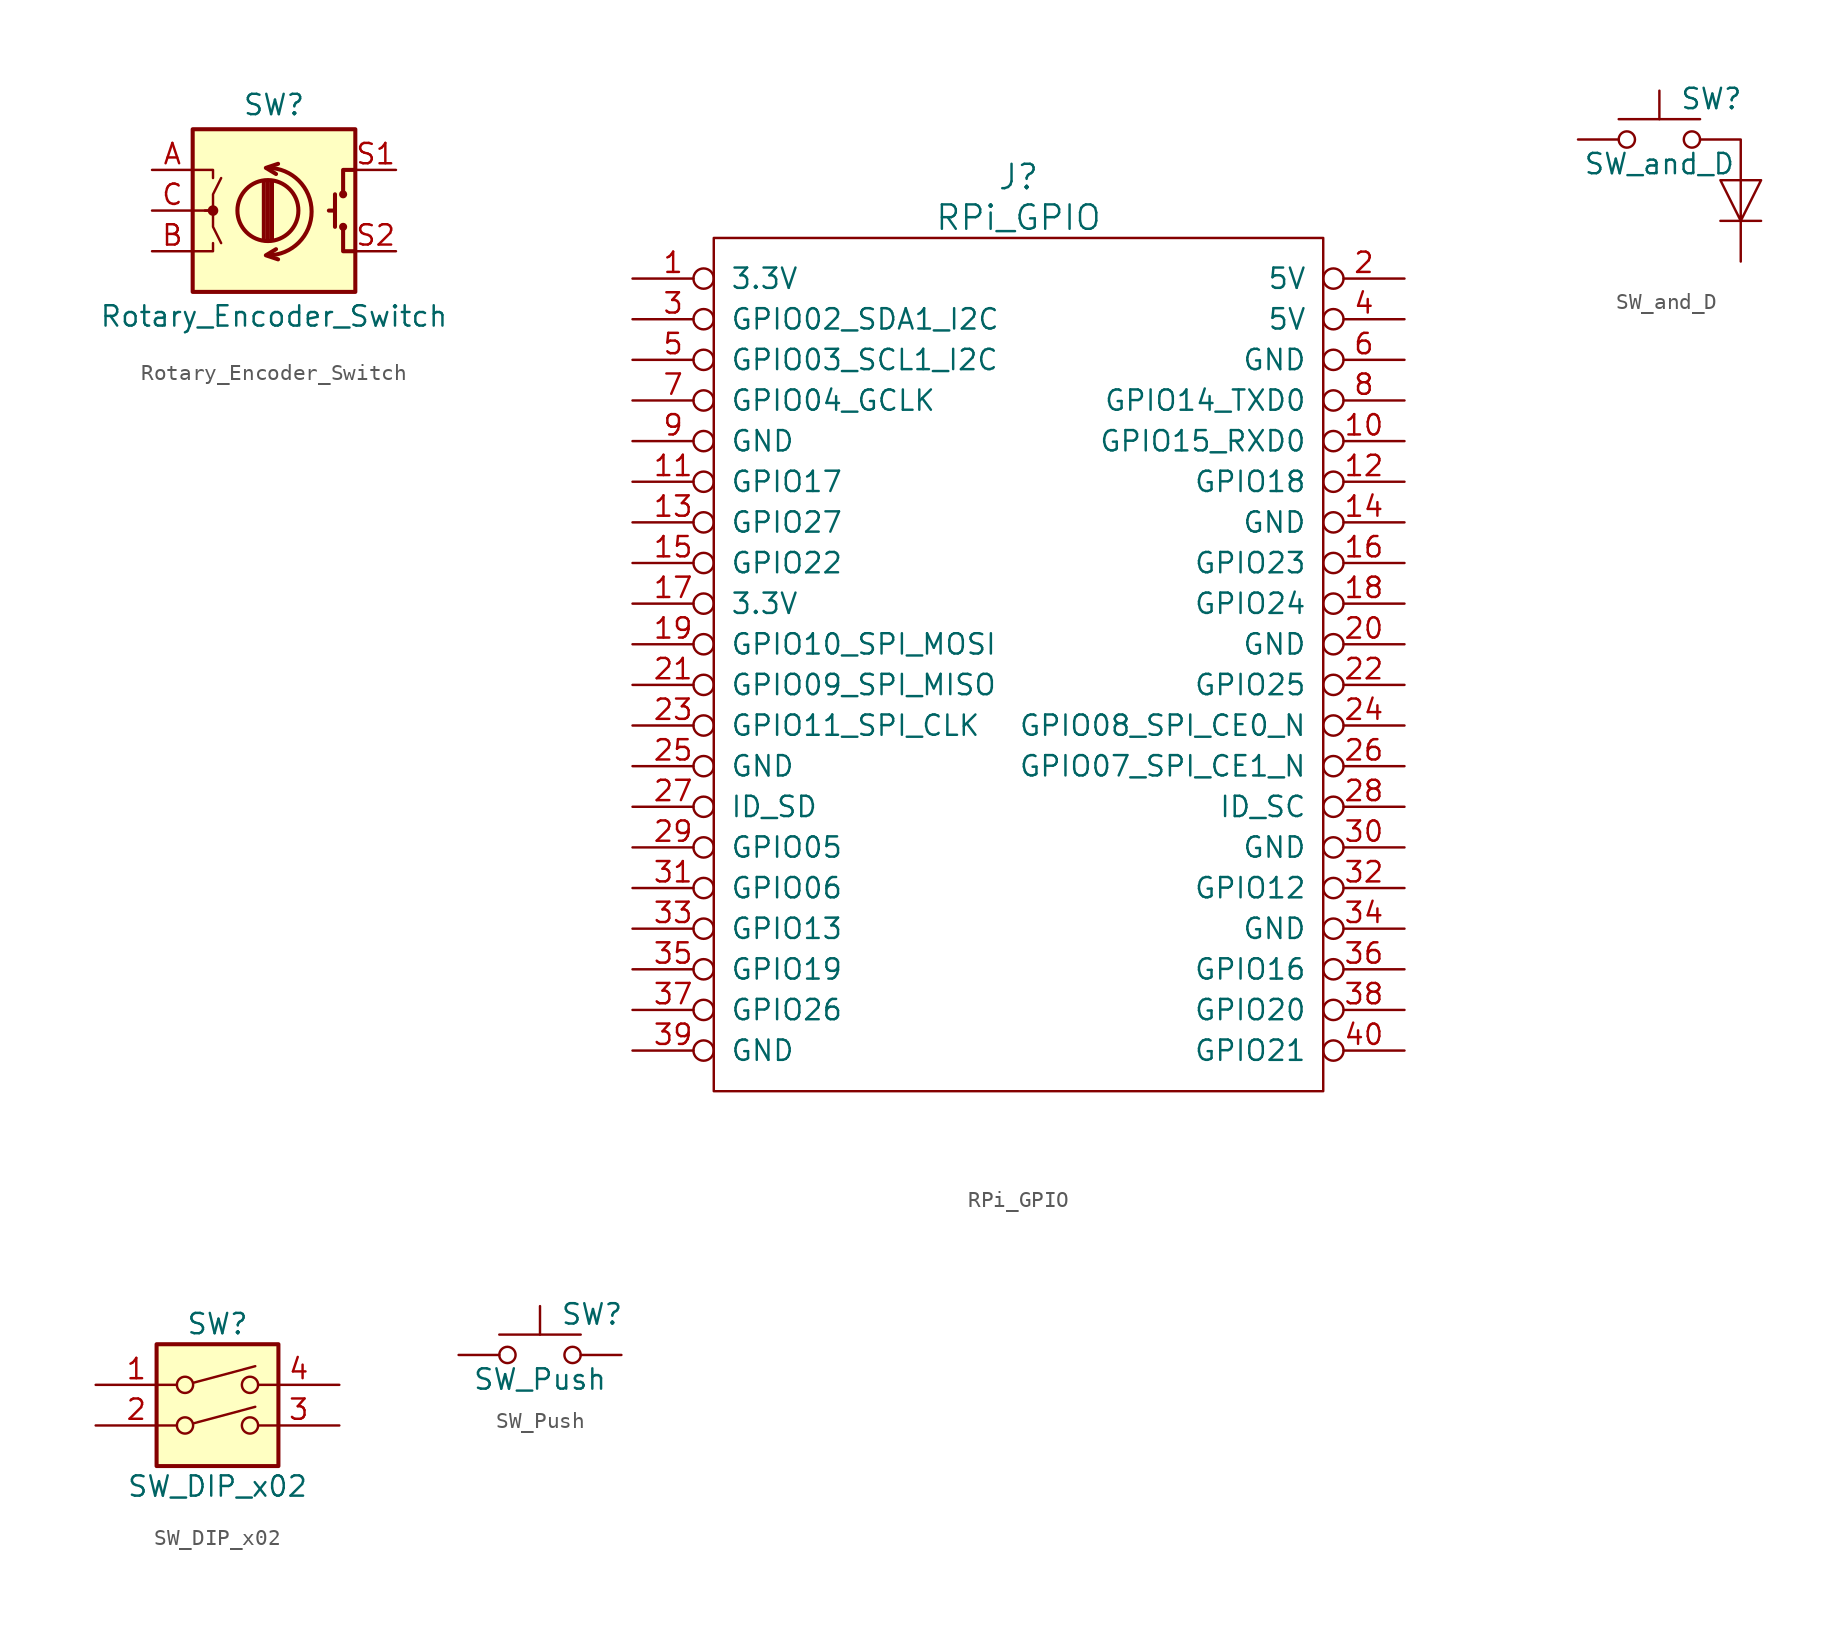
<source format=kicad_sym>
(kicad_symbol_lib
  (version 20201005)
  (generator kicad_symbol_editor)
  (symbol "#library:Rotary_Encoder_Switch"
    (pin_names
      (offset 0.254) hide)
    (property "Reference" "SW"
      (at 0 6.604 0)
      (effects (font (size 1.27 1.27))))
    (property "Value" "Rotary_Encoder_Switch"
      (at 0 -6.604 0)
      (effects (font (size 1.27 1.27))))
    (symbol "Rotary_Encoder_Switch_0_1"
      (arc (start -0.381 -2.794) (end -0.381 2.667) (radius (at -0.381 -0.0508) (length 2.7432) (angles -89.9 89.9)) (stroke (width 0.254)) (fill (type none)))
      (circle (center -0.381 0) (radius 1.905) (stroke (width 0.254)) (fill (type none)))
      (circle (center 4.318 -1.016) (radius 0.127) (stroke (width 0.254)) (fill (type none)))
      (circle (center 4.318 1.016) (radius 0.127) (stroke (width 0.254)) (fill (type none)))
      (circle (center -3.81 0) (radius 0.254) (stroke (width 0)) (fill (type outline)))
      (rectangle (start -5.08 5.08) (end 5.08 -5.08) (stroke (width 0.254)) (fill (type background)))
      (polyline (pts (xy -0.635 -1.778) (xy -0.635 1.778)) (stroke (width 0.254)) (fill (type none)))
      (polyline (pts (xy -0.381 -1.778) (xy -0.381 1.778)) (stroke (width 0.254)) (fill (type none)))
      (polyline (pts (xy -0.127 1.778) (xy -0.127 -1.778)) (stroke (width 0.254)) (fill (type none)))
      (polyline (pts (xy 3.81 0) (xy 3.429 0)) (stroke (width 0.254)) (fill (type none)))
      (polyline (pts (xy 3.81 1.016) (xy 3.81 -1.016)) (stroke (width 0.254)) (fill (type none)))
      (polyline (pts (xy -5.08 -2.54) (xy -3.81 -2.54) (xy -3.81 -2.032)) (stroke (width 0)) (fill (type none)))
      (polyline (pts (xy -5.08 2.54) (xy -3.81 2.54) (xy -3.81 2.032)) (stroke (width 0)) (fill (type none)))
      (polyline (pts (xy 0.254 -3.048) (xy -0.508 -2.794) (xy 0.127 -2.413)) (stroke (width 0.254)) (fill (type none)))
      (polyline (pts (xy 0.254 2.921) (xy -0.508 2.667) (xy 0.127 2.286)) (stroke (width 0.254)) (fill (type none)))
      (polyline (pts (xy 5.08 -2.54) (xy 4.318 -2.54) (xy 4.318 -1.016)) (stroke (width 0.254)) (fill (type none)))
      (polyline (pts (xy 5.08 2.54) (xy 4.318 2.54) (xy 4.318 1.016)) (stroke (width 0.254)) (fill (type none)))
      (polyline (pts (xy -5.08 0) (xy -3.81 0) (xy -3.81 -1.016) (xy -3.302 -2.032)) (stroke (width 0)) (fill (type none)))
      (polyline (pts (xy -4.318 0) (xy -3.81 0) (xy -3.81 1.016) (xy -3.302 2.032)) (stroke (width 0)) (fill (type none))))
    (symbol "Rotary_Encoder_Switch_1_1"
      (pin passive line (at -7.62 2.54 0) (length 2.54) (name "A" (effects (font (size 1.27 1.27)))) (number "A" (effects (font (size 1.27 1.27)))))
      (pin passive line (at -7.62 -2.54 0) (length 2.54) (name "B" (effects (font (size 1.27 1.27)))) (number "B" (effects (font (size 1.27 1.27)))))
      (pin passive line (at -7.62 0 0) (length 2.54) (name "C" (effects (font (size 1.27 1.27)))) (number "C" (effects (font (size 1.27 1.27)))))
      (pin passive line (at 7.62 2.54 180) (length 2.54) (name "S1" (effects (font (size 1.27 1.27)))) (number "S1" (effects (font (size 1.27 1.27)))))
      (pin passive line (at 7.62 -2.54 180) (length 2.54) (name "S2" (effects (font (size 1.27 1.27)))) (number "S2" (effects (font (size 1.27 1.27)))))))
  (symbol "#library:RPi_GPIO"
    (pin_names
      (offset 1.016))
    (property "Reference" "J"
      (at 19.05 6.35 0)
      (effects (font (size 1.524 1.524))))
    (property "Value" "RPi_GPIO"
      (at 19.05 3.81 0)
      (effects (font (size 1.524 1.524))))
    (property "Footprint" ""
      (at 0 0 0)
      (effects (font (size 1.524 1.524))))
    (property "Datasheet" ""
      (at 0 0 0)
      (effects (font (size 1.524 1.524))))
    (symbol "RPi_GPIO_0_1"
      (rectangle (start 0 2.54) (end 38.1 -50.8) (stroke (width 0)) (fill (type none))))
    (symbol "RPi_GPIO_1_1"
      (pin power_in inverted (at -5.08 0 0) (length 5.08) (name "3.3V" (effects (font (size 1.27 1.27)))) (number "1" (effects (font (size 1.27 1.27)))))
      (pin bidirectional inverted (at 43.18 -10.16 180) (length 5.08) (name "GPIO15_RXD0" (effects (font (size 1.27 1.27)))) (number "10" (effects (font (size 1.27 1.27)))))
      (pin bidirectional inverted (at -5.08 -12.7 0) (length 5.08) (name "GPIO17" (effects (font (size 1.27 1.27)))) (number "11" (effects (font (size 1.27 1.27)))))
      (pin bidirectional inverted (at 43.18 -12.7 180) (length 5.08) (name "GPIO18" (effects (font (size 1.27 1.27)))) (number "12" (effects (font (size 1.27 1.27)))))
      (pin bidirectional inverted (at -5.08 -15.24 0) (length 5.08) (name "GPIO27" (effects (font (size 1.27 1.27)))) (number "13" (effects (font (size 1.27 1.27)))))
      (pin power_in inverted (at 43.18 -15.24 180) (length 5.08) (name "GND" (effects (font (size 1.27 1.27)))) (number "14" (effects (font (size 1.27 1.27)))))
      (pin bidirectional inverted (at -5.08 -17.78 0) (length 5.08) (name "GPIO22" (effects (font (size 1.27 1.27)))) (number "15" (effects (font (size 1.27 1.27)))))
      (pin bidirectional inverted (at 43.18 -17.78 180) (length 5.08) (name "GPIO23" (effects (font (size 1.27 1.27)))) (number "16" (effects (font (size 1.27 1.27)))))
      (pin power_in inverted (at -5.08 -20.32 0) (length 5.08) (name "3.3V" (effects (font (size 1.27 1.27)))) (number "17" (effects (font (size 1.27 1.27)))))
      (pin bidirectional inverted (at 43.18 -20.32 180) (length 5.08) (name "GPIO24" (effects (font (size 1.27 1.27)))) (number "18" (effects (font (size 1.27 1.27)))))
      (pin bidirectional inverted (at -5.08 -22.86 0) (length 5.08) (name "GPIO10_SPI_MOSI" (effects (font (size 1.27 1.27)))) (number "19" (effects (font (size 1.27 1.27)))))
      (pin power_in inverted (at 43.18 0 180) (length 5.08) (name "5V" (effects (font (size 1.27 1.27)))) (number "2" (effects (font (size 1.27 1.27)))))
      (pin power_in inverted (at 43.18 -22.86 180) (length 5.08) (name "GND" (effects (font (size 1.27 1.27)))) (number "20" (effects (font (size 1.27 1.27)))))
      (pin bidirectional inverted (at -5.08 -25.4 0) (length 5.08) (name "GPIO09_SPI_MISO" (effects (font (size 1.27 1.27)))) (number "21" (effects (font (size 1.27 1.27)))))
      (pin bidirectional inverted (at 43.18 -25.4 180) (length 5.08) (name "GPIO25" (effects (font (size 1.27 1.27)))) (number "22" (effects (font (size 1.27 1.27)))))
      (pin bidirectional inverted (at -5.08 -27.94 0) (length 5.08) (name "GPIO11_SPI_CLK" (effects (font (size 1.27 1.27)))) (number "23" (effects (font (size 1.27 1.27)))))
      (pin bidirectional inverted (at 43.18 -27.94 180) (length 5.08) (name "GPIO08_SPI_CE0_N" (effects (font (size 1.27 1.27)))) (number "24" (effects (font (size 1.27 1.27)))))
      (pin power_in inverted (at -5.08 -30.48 0) (length 5.08) (name "GND" (effects (font (size 1.27 1.27)))) (number "25" (effects (font (size 1.27 1.27)))))
      (pin bidirectional inverted (at 43.18 -30.48 180) (length 5.08) (name "GPIO07_SPI_CE1_N" (effects (font (size 1.27 1.27)))) (number "26" (effects (font (size 1.27 1.27)))))
      (pin bidirectional inverted (at -5.08 -33.02 0) (length 5.08) (name "ID_SD" (effects (font (size 1.27 1.27)))) (number "27" (effects (font (size 1.27 1.27)))))
      (pin bidirectional inverted (at 43.18 -33.02 180) (length 5.08) (name "ID_SC" (effects (font (size 1.27 1.27)))) (number "28" (effects (font (size 1.27 1.27)))))
      (pin bidirectional inverted (at -5.08 -35.56 0) (length 5.08) (name "GPIO05" (effects (font (size 1.27 1.27)))) (number "29" (effects (font (size 1.27 1.27)))))
      (pin bidirectional inverted (at -5.08 -2.54 0) (length 5.08) (name "GPIO02_SDA1_I2C" (effects (font (size 1.27 1.27)))) (number "3" (effects (font (size 1.27 1.27)))))
      (pin power_in inverted (at 43.18 -35.56 180) (length 5.08) (name "GND" (effects (font (size 1.27 1.27)))) (number "30" (effects (font (size 1.27 1.27)))))
      (pin bidirectional inverted (at -5.08 -38.1 0) (length 5.08) (name "GPIO06" (effects (font (size 1.27 1.27)))) (number "31" (effects (font (size 1.27 1.27)))))
      (pin bidirectional inverted (at 43.18 -38.1 180) (length 5.08) (name "GPIO12" (effects (font (size 1.27 1.27)))) (number "32" (effects (font (size 1.27 1.27)))))
      (pin bidirectional inverted (at -5.08 -40.64 0) (length 5.08) (name "GPIO13" (effects (font (size 1.27 1.27)))) (number "33" (effects (font (size 1.27 1.27)))))
      (pin power_in inverted (at 43.18 -40.64 180) (length 5.08) (name "GND" (effects (font (size 1.27 1.27)))) (number "34" (effects (font (size 1.27 1.27)))))
      (pin bidirectional inverted (at -5.08 -43.18 0) (length 5.08) (name "GPIO19" (effects (font (size 1.27 1.27)))) (number "35" (effects (font (size 1.27 1.27)))))
      (pin bidirectional inverted (at 43.18 -43.18 180) (length 5.08) (name "GPIO16" (effects (font (size 1.27 1.27)))) (number "36" (effects (font (size 1.27 1.27)))))
      (pin bidirectional inverted (at -5.08 -45.72 0) (length 5.08) (name "GPIO26" (effects (font (size 1.27 1.27)))) (number "37" (effects (font (size 1.27 1.27)))))
      (pin bidirectional inverted (at 43.18 -45.72 180) (length 5.08) (name "GPIO20" (effects (font (size 1.27 1.27)))) (number "38" (effects (font (size 1.27 1.27)))))
      (pin power_in inverted (at -5.08 -48.26 0) (length 5.08) (name "GND" (effects (font (size 1.27 1.27)))) (number "39" (effects (font (size 1.27 1.27)))))
      (pin power_in inverted (at 43.18 -2.54 180) (length 5.08) (name "5V" (effects (font (size 1.27 1.27)))) (number "4" (effects (font (size 1.27 1.27)))))
      (pin bidirectional inverted (at 43.18 -48.26 180) (length 5.08) (name "GPIO21" (effects (font (size 1.27 1.27)))) (number "40" (effects (font (size 1.27 1.27)))))
      (pin bidirectional inverted (at -5.08 -5.08 0) (length 5.08) (name "GPIO03_SCL1_I2C" (effects (font (size 1.27 1.27)))) (number "5" (effects (font (size 1.27 1.27)))))
      (pin power_in inverted (at 43.18 -5.08 180) (length 5.08) (name "GND" (effects (font (size 1.27 1.27)))) (number "6" (effects (font (size 1.27 1.27)))))
      (pin bidirectional inverted (at -5.08 -7.62 0) (length 5.08) (name "GPIO04_GCLK" (effects (font (size 1.27 1.27)))) (number "7" (effects (font (size 1.27 1.27)))))
      (pin bidirectional inverted (at 43.18 -7.62 180) (length 5.08) (name "GPIO14_TXD0" (effects (font (size 1.27 1.27)))) (number "8" (effects (font (size 1.27 1.27)))))
      (pin power_in inverted (at -5.08 -10.16 0) (length 5.08) (name "GND" (effects (font (size 1.27 1.27)))) (number "9" (effects (font (size 1.27 1.27)))))))
  (symbol "#library:SW_and_D"
    (pin_numbers hide)
    (pin_names
      (offset 1.016) hide)
    (property "Reference" "SW"
      (at 1.27 2.54 0)
      (effects (font (size 1.27 1.27)) (justify left)))
    (property "Value" "SW_and_D"
      (at 0 -1.524 0)
      (effects (font (size 1.27 1.27))))
    (symbol "SW_and_D_0_1"
      (circle (center -2.032 0) (radius 0.508) (stroke (width 0)) (fill (type none)))
      (circle (center 2.032 0) (radius 0.508) (stroke (width 0)) (fill (type none)))
      (polyline (pts (xy 0 1.27) (xy 0 3.048)) (stroke (width 0)) (fill (type none)))
      (polyline (pts (xy 2.54 1.27) (xy -2.54 1.27)) (stroke (width 0)) (fill (type none)))
      (polyline (pts (xy 3.81 -5.08) (xy 6.35 -5.08)) (stroke (width 0)) (fill (type none)))
      (polyline (pts (xy 2.54 0) (xy 5.08 0) (xy 5.08 -5.08) (xy 6.35 -2.54) (xy 3.81 -2.54) (xy 5.08 -5.08)) (stroke (width 0)) (fill (type none)))
      (pin passive line (at -5.08 0 0) (length 2.54) (name "1" (effects (font (size 1.27 1.27)))) (number "1" (effects (font (size 1.27 1.27)))))
      (pin passive line (at 5.08 -7.62 90) (length 2.54) (name "2" (effects (font (size 1.27 1.27)))) (number "2" (effects (font (size 1.27 1.27)))))))
  (symbol "#library:SW_DIP_x02"
    (pin_names
      (offset 0) hide)
    (property "Reference" "SW"
      (at 0 6.35 0)
      (effects (font (size 1.27 1.27))))
    (property "Value" "SW_DIP_x02"
      (at 0 -3.81 0)
      (effects (font (size 1.27 1.27))))
    (symbol "SW_DIP_x02_0_0"
      (circle (center -2.032 0) (radius 0.508) (stroke (width 0)) (fill (type none)))
      (circle (center -2.032 2.54) (radius 0.508) (stroke (width 0)) (fill (type none)))
      (circle (center 2.032 0) (radius 0.508) (stroke (width 0)) (fill (type none)))
      (circle (center 2.032 2.54) (radius 0.508) (stroke (width 0)) (fill (type none)))
      (polyline (pts (xy -1.524 0.127) (xy 2.362 1.168)) (stroke (width 0)) (fill (type none)))
      (polyline (pts (xy -1.524 2.667) (xy 2.362 3.708)) (stroke (width 0)) (fill (type none))))
    (symbol "SW_DIP_x02_0_1"
      (rectangle (start -3.81 5.08) (end 3.81 -2.54) (stroke (width 0.254)) (fill (type background))))
    (symbol "SW_DIP_x02_1_1"
      (pin passive line (at -7.62 2.54 0) (length 5.08) (name "~" (effects (font (size 1.27 1.27)))) (number "1" (effects (font (size 1.27 1.27)))))
      (pin passive line (at -7.62 0 0) (length 5.08) (name "~" (effects (font (size 1.27 1.27)))) (number "2" (effects (font (size 1.27 1.27)))))
      (pin passive line (at 7.62 0 180) (length 5.08) (name "~" (effects (font (size 1.27 1.27)))) (number "3" (effects (font (size 1.27 1.27)))))
      (pin passive line (at 7.62 2.54 180) (length 5.08) (name "~" (effects (font (size 1.27 1.27)))) (number "4" (effects (font (size 1.27 1.27)))))))
  (symbol "#library:SW_Push"
    (pin_numbers hide)
    (pin_names
      (offset 1.016) hide)
    (property "Reference" "SW"
      (at 1.27 2.54 0)
      (effects (font (size 1.27 1.27)) (justify left)))
    (property "Value" "SW_Push"
      (at 0 -1.524 0)
      (effects (font (size 1.27 1.27))))
    (symbol "SW_Push_0_1"
      (circle (center -2.032 0) (radius 0.508) (stroke (width 0)) (fill (type none)))
      (circle (center 2.032 0) (radius 0.508) (stroke (width 0)) (fill (type none)))
      (polyline (pts (xy 0 1.27) (xy 0 3.048)) (stroke (width 0)) (fill (type none)))
      (polyline (pts (xy 2.54 1.27) (xy -2.54 1.27)) (stroke (width 0)) (fill (type none)))
      (pin passive line (at -5.08 0 0) (length 2.54) (name "1" (effects (font (size 1.27 1.27)))) (number "1" (effects (font (size 1.27 1.27)))))
      (pin passive line (at 5.08 0 180) (length 2.54) (name "2" (effects (font (size 1.27 1.27)))) (number "2" (effects (font (size 1.27 1.27))))))))
</source>
